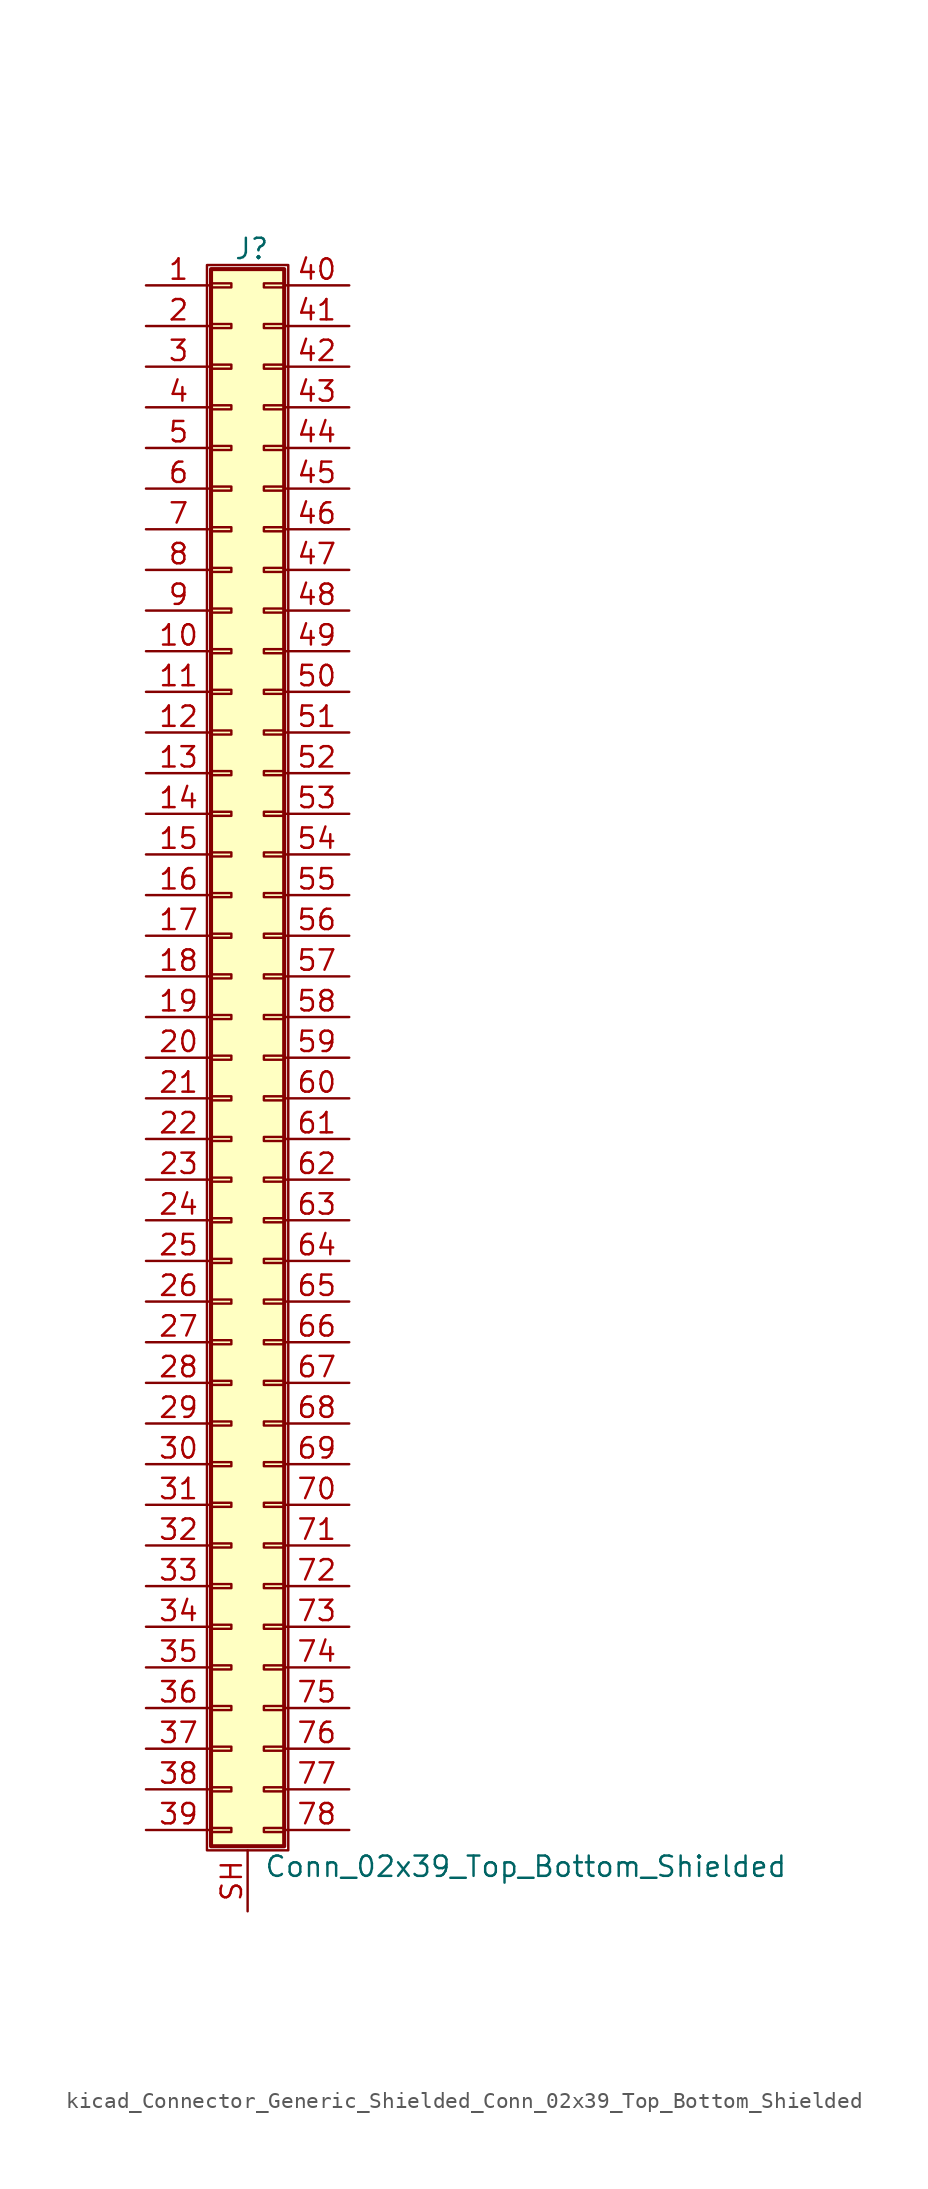
<source format=kicad_sym>
(kicad_symbol_lib
  (version 20220914)
  (generator kicad_symbol_editor)
  (symbol "kicad_Connector_Generic_Shielded_Conn_02x39_Top_Bottom_Shielded"
    (pin_names
      (offset 1.016) hide)
    (property "Reference" "J"
      (at 1.524 50.546 0)
      (effects (font (size 1.27 1.27))))
    (property "Value" "Conn_02x39_Top_Bottom_Shielded"
      (at 2.286 -50.546 0)
      (effects (font (size 1.27 1.27)) (justify left)))
    (symbol "kicad_Connector_Generic_Shielded_Conn_02x39_Top_Bottom_Shielded_1_1"
      (rectangle (start -1.27 49.53) (end 3.81 -49.53) (stroke (width 0.152) (type default)) (fill (type none)))
      (rectangle (start -1.016 -48.133) (end 0.254 -48.387) (stroke (width 0.152) (type default)) (fill (type none)))
      (rectangle (start -1.016 -45.593) (end 0.254 -45.847) (stroke (width 0.152) (type default)) (fill (type none)))
      (rectangle (start -1.016 -43.053) (end 0.254 -43.307) (stroke (width 0.152) (type default)) (fill (type none)))
      (rectangle (start -1.016 -40.513) (end 0.254 -40.767) (stroke (width 0.152) (type default)) (fill (type none)))
      (rectangle (start -1.016 -37.973) (end 0.254 -38.227) (stroke (width 0.152) (type default)) (fill (type none)))
      (rectangle (start -1.016 -35.433) (end 0.254 -35.687) (stroke (width 0.152) (type default)) (fill (type none)))
      (rectangle (start -1.016 -32.893) (end 0.254 -33.147) (stroke (width 0.152) (type default)) (fill (type none)))
      (rectangle (start -1.016 -30.353) (end 0.254 -30.607) (stroke (width 0.152) (type default)) (fill (type none)))
      (rectangle (start -1.016 -27.813) (end 0.254 -28.067) (stroke (width 0.152) (type default)) (fill (type none)))
      (rectangle (start -1.016 -25.273) (end 0.254 -25.527) (stroke (width 0.152) (type default)) (fill (type none)))
      (rectangle (start -1.016 -22.733) (end 0.254 -22.987) (stroke (width 0.152) (type default)) (fill (type none)))
      (rectangle (start -1.016 -20.193) (end 0.254 -20.447) (stroke (width 0.152) (type default)) (fill (type none)))
      (rectangle (start -1.016 -17.653) (end 0.254 -17.907) (stroke (width 0.152) (type default)) (fill (type none)))
      (rectangle (start -1.016 -15.113) (end 0.254 -15.367) (stroke (width 0.152) (type default)) (fill (type none)))
      (rectangle (start -1.016 -12.573) (end 0.254 -12.827) (stroke (width 0.152) (type default)) (fill (type none)))
      (rectangle (start -1.016 -10.033) (end 0.254 -10.287) (stroke (width 0.152) (type default)) (fill (type none)))
      (rectangle (start -1.016 -7.493) (end 0.254 -7.747) (stroke (width 0.152) (type default)) (fill (type none)))
      (rectangle (start -1.016 -4.953) (end 0.254 -5.207) (stroke (width 0.152) (type default)) (fill (type none)))
      (rectangle (start -1.016 -2.413) (end 0.254 -2.667) (stroke (width 0.152) (type default)) (fill (type none)))
      (rectangle (start -1.016 0.127) (end 0.254 -0.127) (stroke (width 0.152) (type default)) (fill (type none)))
      (rectangle (start -1.016 2.667) (end 0.254 2.413) (stroke (width 0.152) (type default)) (fill (type none)))
      (rectangle (start -1.016 5.207) (end 0.254 4.953) (stroke (width 0.152) (type default)) (fill (type none)))
      (rectangle (start -1.016 7.747) (end 0.254 7.493) (stroke (width 0.152) (type default)) (fill (type none)))
      (rectangle (start -1.016 10.287) (end 0.254 10.033) (stroke (width 0.152) (type default)) (fill (type none)))
      (rectangle (start -1.016 12.827) (end 0.254 12.573) (stroke (width 0.152) (type default)) (fill (type none)))
      (rectangle (start -1.016 15.367) (end 0.254 15.113) (stroke (width 0.152) (type default)) (fill (type none)))
      (rectangle (start -1.016 17.907) (end 0.254 17.653) (stroke (width 0.152) (type default)) (fill (type none)))
      (rectangle (start -1.016 20.447) (end 0.254 20.193) (stroke (width 0.152) (type default)) (fill (type none)))
      (rectangle (start -1.016 22.987) (end 0.254 22.733) (stroke (width 0.152) (type default)) (fill (type none)))
      (rectangle (start -1.016 25.527) (end 0.254 25.273) (stroke (width 0.152) (type default)) (fill (type none)))
      (rectangle (start -1.016 28.067) (end 0.254 27.813) (stroke (width 0.152) (type default)) (fill (type none)))
      (rectangle (start -1.016 30.607) (end 0.254 30.353) (stroke (width 0.152) (type default)) (fill (type none)))
      (rectangle (start -1.016 33.147) (end 0.254 32.893) (stroke (width 0.152) (type default)) (fill (type none)))
      (rectangle (start -1.016 35.687) (end 0.254 35.433) (stroke (width 0.152) (type default)) (fill (type none)))
      (rectangle (start -1.016 38.227) (end 0.254 37.973) (stroke (width 0.152) (type default)) (fill (type none)))
      (rectangle (start -1.016 40.767) (end 0.254 40.513) (stroke (width 0.152) (type default)) (fill (type none)))
      (rectangle (start -1.016 43.307) (end 0.254 43.053) (stroke (width 0.152) (type default)) (fill (type none)))
      (rectangle (start -1.016 45.847) (end 0.254 45.593) (stroke (width 0.152) (type default)) (fill (type none)))
      (rectangle (start -1.016 48.387) (end 0.254 48.133) (stroke (width 0.152) (type default)) (fill (type none)))
      (rectangle (start -1.016 49.276) (end 3.556 -49.276) (stroke (width 0.254) (type default)) (fill (type background)))
      (rectangle (start 3.556 -48.133) (end 2.286 -48.387) (stroke (width 0.152) (type default)) (fill (type none)))
      (rectangle (start 3.556 -45.593) (end 2.286 -45.847) (stroke (width 0.152) (type default)) (fill (type none)))
      (rectangle (start 3.556 -43.053) (end 2.286 -43.307) (stroke (width 0.152) (type default)) (fill (type none)))
      (rectangle (start 3.556 -40.513) (end 2.286 -40.767) (stroke (width 0.152) (type default)) (fill (type none)))
      (rectangle (start 3.556 -37.973) (end 2.286 -38.227) (stroke (width 0.152) (type default)) (fill (type none)))
      (rectangle (start 3.556 -35.433) (end 2.286 -35.687) (stroke (width 0.152) (type default)) (fill (type none)))
      (rectangle (start 3.556 -32.893) (end 2.286 -33.147) (stroke (width 0.152) (type default)) (fill (type none)))
      (rectangle (start 3.556 -30.353) (end 2.286 -30.607) (stroke (width 0.152) (type default)) (fill (type none)))
      (rectangle (start 3.556 -27.813) (end 2.286 -28.067) (stroke (width 0.152) (type default)) (fill (type none)))
      (rectangle (start 3.556 -25.273) (end 2.286 -25.527) (stroke (width 0.152) (type default)) (fill (type none)))
      (rectangle (start 3.556 -22.733) (end 2.286 -22.987) (stroke (width 0.152) (type default)) (fill (type none)))
      (rectangle (start 3.556 -20.193) (end 2.286 -20.447) (stroke (width 0.152) (type default)) (fill (type none)))
      (rectangle (start 3.556 -17.653) (end 2.286 -17.907) (stroke (width 0.152) (type default)) (fill (type none)))
      (rectangle (start 3.556 -15.113) (end 2.286 -15.367) (stroke (width 0.152) (type default)) (fill (type none)))
      (rectangle (start 3.556 -12.573) (end 2.286 -12.827) (stroke (width 0.152) (type default)) (fill (type none)))
      (rectangle (start 3.556 -10.033) (end 2.286 -10.287) (stroke (width 0.152) (type default)) (fill (type none)))
      (rectangle (start 3.556 -7.493) (end 2.286 -7.747) (stroke (width 0.152) (type default)) (fill (type none)))
      (rectangle (start 3.556 -4.953) (end 2.286 -5.207) (stroke (width 0.152) (type default)) (fill (type none)))
      (rectangle (start 3.556 -2.413) (end 2.286 -2.667) (stroke (width 0.152) (type default)) (fill (type none)))
      (rectangle (start 3.556 0.127) (end 2.286 -0.127) (stroke (width 0.152) (type default)) (fill (type none)))
      (rectangle (start 3.556 2.667) (end 2.286 2.413) (stroke (width 0.152) (type default)) (fill (type none)))
      (rectangle (start 3.556 5.207) (end 2.286 4.953) (stroke (width 0.152) (type default)) (fill (type none)))
      (rectangle (start 3.556 7.747) (end 2.286 7.493) (stroke (width 0.152) (type default)) (fill (type none)))
      (rectangle (start 3.556 10.287) (end 2.286 10.033) (stroke (width 0.152) (type default)) (fill (type none)))
      (rectangle (start 3.556 12.827) (end 2.286 12.573) (stroke (width 0.152) (type default)) (fill (type none)))
      (rectangle (start 3.556 15.367) (end 2.286 15.113) (stroke (width 0.152) (type default)) (fill (type none)))
      (rectangle (start 3.556 17.907) (end 2.286 17.653) (stroke (width 0.152) (type default)) (fill (type none)))
      (rectangle (start 3.556 20.447) (end 2.286 20.193) (stroke (width 0.152) (type default)) (fill (type none)))
      (rectangle (start 3.556 22.987) (end 2.286 22.733) (stroke (width 0.152) (type default)) (fill (type none)))
      (rectangle (start 3.556 25.527) (end 2.286 25.273) (stroke (width 0.152) (type default)) (fill (type none)))
      (rectangle (start 3.556 28.067) (end 2.286 27.813) (stroke (width 0.152) (type default)) (fill (type none)))
      (rectangle (start 3.556 30.607) (end 2.286 30.353) (stroke (width 0.152) (type default)) (fill (type none)))
      (rectangle (start 3.556 33.147) (end 2.286 32.893) (stroke (width 0.152) (type default)) (fill (type none)))
      (rectangle (start 3.556 35.687) (end 2.286 35.433) (stroke (width 0.152) (type default)) (fill (type none)))
      (rectangle (start 3.556 38.227) (end 2.286 37.973) (stroke (width 0.152) (type default)) (fill (type none)))
      (rectangle (start 3.556 40.767) (end 2.286 40.513) (stroke (width 0.152) (type default)) (fill (type none)))
      (rectangle (start 3.556 43.307) (end 2.286 43.053) (stroke (width 0.152) (type default)) (fill (type none)))
      (rectangle (start 3.556 45.847) (end 2.286 45.593) (stroke (width 0.152) (type default)) (fill (type none)))
      (rectangle (start 3.556 48.387) (end 2.286 48.133) (stroke (width 0.152) (type default)) (fill (type none)))
      (pin passive line (at -5.08 48.26 0) (length 4.064) (name "Pin_1" (effects (font (size 1.27 1.27)))) (number "1" (effects (font (size 1.27 1.27)))))
      (pin passive line (at -5.08 25.4 0) (length 4.064) (name "Pin_10" (effects (font (size 1.27 1.27)))) (number "10" (effects (font (size 1.27 1.27)))))
      (pin passive line (at -5.08 22.86 0) (length 4.064) (name "Pin_11" (effects (font (size 1.27 1.27)))) (number "11" (effects (font (size 1.27 1.27)))))
      (pin passive line (at -5.08 20.32 0) (length 4.064) (name "Pin_12" (effects (font (size 1.27 1.27)))) (number "12" (effects (font (size 1.27 1.27)))))
      (pin passive line (at -5.08 17.78 0) (length 4.064) (name "Pin_13" (effects (font (size 1.27 1.27)))) (number "13" (effects (font (size 1.27 1.27)))))
      (pin passive line (at -5.08 15.24 0) (length 4.064) (name "Pin_14" (effects (font (size 1.27 1.27)))) (number "14" (effects (font (size 1.27 1.27)))))
      (pin passive line (at -5.08 12.7 0) (length 4.064) (name "Pin_15" (effects (font (size 1.27 1.27)))) (number "15" (effects (font (size 1.27 1.27)))))
      (pin passive line (at -5.08 10.16 0) (length 4.064) (name "Pin_16" (effects (font (size 1.27 1.27)))) (number "16" (effects (font (size 1.27 1.27)))))
      (pin passive line (at -5.08 7.62 0) (length 4.064) (name "Pin_17" (effects (font (size 1.27 1.27)))) (number "17" (effects (font (size 1.27 1.27)))))
      (pin passive line (at -5.08 5.08 0) (length 4.064) (name "Pin_18" (effects (font (size 1.27 1.27)))) (number "18" (effects (font (size 1.27 1.27)))))
      (pin passive line (at -5.08 2.54 0) (length 4.064) (name "Pin_19" (effects (font (size 1.27 1.27)))) (number "19" (effects (font (size 1.27 1.27)))))
      (pin passive line (at -5.08 45.72 0) (length 4.064) (name "Pin_2" (effects (font (size 1.27 1.27)))) (number "2" (effects (font (size 1.27 1.27)))))
      (pin passive line (at -5.08 0 0) (length 4.064) (name "Pin_20" (effects (font (size 1.27 1.27)))) (number "20" (effects (font (size 1.27 1.27)))))
      (pin passive line (at -5.08 -2.54 0) (length 4.064) (name "Pin_21" (effects (font (size 1.27 1.27)))) (number "21" (effects (font (size 1.27 1.27)))))
      (pin passive line (at -5.08 -5.08 0) (length 4.064) (name "Pin_22" (effects (font (size 1.27 1.27)))) (number "22" (effects (font (size 1.27 1.27)))))
      (pin passive line (at -5.08 -7.62 0) (length 4.064) (name "Pin_23" (effects (font (size 1.27 1.27)))) (number "23" (effects (font (size 1.27 1.27)))))
      (pin passive line (at -5.08 -10.16 0) (length 4.064) (name "Pin_24" (effects (font (size 1.27 1.27)))) (number "24" (effects (font (size 1.27 1.27)))))
      (pin passive line (at -5.08 -12.7 0) (length 4.064) (name "Pin_25" (effects (font (size 1.27 1.27)))) (number "25" (effects (font (size 1.27 1.27)))))
      (pin passive line (at -5.08 -15.24 0) (length 4.064) (name "Pin_26" (effects (font (size 1.27 1.27)))) (number "26" (effects (font (size 1.27 1.27)))))
      (pin passive line (at -5.08 -17.78 0) (length 4.064) (name "Pin_27" (effects (font (size 1.27 1.27)))) (number "27" (effects (font (size 1.27 1.27)))))
      (pin passive line (at -5.08 -20.32 0) (length 4.064) (name "Pin_28" (effects (font (size 1.27 1.27)))) (number "28" (effects (font (size 1.27 1.27)))))
      (pin passive line (at -5.08 -22.86 0) (length 4.064) (name "Pin_29" (effects (font (size 1.27 1.27)))) (number "29" (effects (font (size 1.27 1.27)))))
      (pin passive line (at -5.08 43.18 0) (length 4.064) (name "Pin_3" (effects (font (size 1.27 1.27)))) (number "3" (effects (font (size 1.27 1.27)))))
      (pin passive line (at -5.08 -25.4 0) (length 4.064) (name "Pin_30" (effects (font (size 1.27 1.27)))) (number "30" (effects (font (size 1.27 1.27)))))
      (pin passive line (at -5.08 -27.94 0) (length 4.064) (name "Pin_31" (effects (font (size 1.27 1.27)))) (number "31" (effects (font (size 1.27 1.27)))))
      (pin passive line (at -5.08 -30.48 0) (length 4.064) (name "Pin_32" (effects (font (size 1.27 1.27)))) (number "32" (effects (font (size 1.27 1.27)))))
      (pin passive line (at -5.08 -33.02 0) (length 4.064) (name "Pin_33" (effects (font (size 1.27 1.27)))) (number "33" (effects (font (size 1.27 1.27)))))
      (pin passive line (at -5.08 -35.56 0) (length 4.064) (name "Pin_34" (effects (font (size 1.27 1.27)))) (number "34" (effects (font (size 1.27 1.27)))))
      (pin passive line (at -5.08 -38.1 0) (length 4.064) (name "Pin_35" (effects (font (size 1.27 1.27)))) (number "35" (effects (font (size 1.27 1.27)))))
      (pin passive line (at -5.08 -40.64 0) (length 4.064) (name "Pin_36" (effects (font (size 1.27 1.27)))) (number "36" (effects (font (size 1.27 1.27)))))
      (pin passive line (at -5.08 -43.18 0) (length 4.064) (name "Pin_37" (effects (font (size 1.27 1.27)))) (number "37" (effects (font (size 1.27 1.27)))))
      (pin passive line (at -5.08 -45.72 0) (length 4.064) (name "Pin_38" (effects (font (size 1.27 1.27)))) (number "38" (effects (font (size 1.27 1.27)))))
      (pin passive line (at -5.08 -48.26 0) (length 4.064) (name "Pin_39" (effects (font (size 1.27 1.27)))) (number "39" (effects (font (size 1.27 1.27)))))
      (pin passive line (at -5.08 40.64 0) (length 4.064) (name "Pin_4" (effects (font (size 1.27 1.27)))) (number "4" (effects (font (size 1.27 1.27)))))
      (pin passive line (at 7.62 48.26 180) (length 4.064) (name "Pin_40" (effects (font (size 1.27 1.27)))) (number "40" (effects (font (size 1.27 1.27)))))
      (pin passive line (at 7.62 45.72 180) (length 4.064) (name "Pin_41" (effects (font (size 1.27 1.27)))) (number "41" (effects (font (size 1.27 1.27)))))
      (pin passive line (at 7.62 43.18 180) (length 4.064) (name "Pin_42" (effects (font (size 1.27 1.27)))) (number "42" (effects (font (size 1.27 1.27)))))
      (pin passive line (at 7.62 40.64 180) (length 4.064) (name "Pin_43" (effects (font (size 1.27 1.27)))) (number "43" (effects (font (size 1.27 1.27)))))
      (pin passive line (at 7.62 38.1 180) (length 4.064) (name "Pin_44" (effects (font (size 1.27 1.27)))) (number "44" (effects (font (size 1.27 1.27)))))
      (pin passive line (at 7.62 35.56 180) (length 4.064) (name "Pin_45" (effects (font (size 1.27 1.27)))) (number "45" (effects (font (size 1.27 1.27)))))
      (pin passive line (at 7.62 33.02 180) (length 4.064) (name "Pin_46" (effects (font (size 1.27 1.27)))) (number "46" (effects (font (size 1.27 1.27)))))
      (pin passive line (at 7.62 30.48 180) (length 4.064) (name "Pin_47" (effects (font (size 1.27 1.27)))) (number "47" (effects (font (size 1.27 1.27)))))
      (pin passive line (at 7.62 27.94 180) (length 4.064) (name "Pin_48" (effects (font (size 1.27 1.27)))) (number "48" (effects (font (size 1.27 1.27)))))
      (pin passive line (at 7.62 25.4 180) (length 4.064) (name "Pin_49" (effects (font (size 1.27 1.27)))) (number "49" (effects (font (size 1.27 1.27)))))
      (pin passive line (at -5.08 38.1 0) (length 4.064) (name "Pin_5" (effects (font (size 1.27 1.27)))) (number "5" (effects (font (size 1.27 1.27)))))
      (pin passive line (at 7.62 22.86 180) (length 4.064) (name "Pin_50" (effects (font (size 1.27 1.27)))) (number "50" (effects (font (size 1.27 1.27)))))
      (pin passive line (at 7.62 20.32 180) (length 4.064) (name "Pin_51" (effects (font (size 1.27 1.27)))) (number "51" (effects (font (size 1.27 1.27)))))
      (pin passive line (at 7.62 17.78 180) (length 4.064) (name "Pin_52" (effects (font (size 1.27 1.27)))) (number "52" (effects (font (size 1.27 1.27)))))
      (pin passive line (at 7.62 15.24 180) (length 4.064) (name "Pin_53" (effects (font (size 1.27 1.27)))) (number "53" (effects (font (size 1.27 1.27)))))
      (pin passive line (at 7.62 12.7 180) (length 4.064) (name "Pin_54" (effects (font (size 1.27 1.27)))) (number "54" (effects (font (size 1.27 1.27)))))
      (pin passive line (at 7.62 10.16 180) (length 4.064) (name "Pin_55" (effects (font (size 1.27 1.27)))) (number "55" (effects (font (size 1.27 1.27)))))
      (pin passive line (at 7.62 7.62 180) (length 4.064) (name "Pin_56" (effects (font (size 1.27 1.27)))) (number "56" (effects (font (size 1.27 1.27)))))
      (pin passive line (at 7.62 5.08 180) (length 4.064) (name "Pin_57" (effects (font (size 1.27 1.27)))) (number "57" (effects (font (size 1.27 1.27)))))
      (pin passive line (at 7.62 2.54 180) (length 4.064) (name "Pin_58" (effects (font (size 1.27 1.27)))) (number "58" (effects (font (size 1.27 1.27)))))
      (pin passive line (at 7.62 0 180) (length 4.064) (name "Pin_59" (effects (font (size 1.27 1.27)))) (number "59" (effects (font (size 1.27 1.27)))))
      (pin passive line (at -5.08 35.56 0) (length 4.064) (name "Pin_6" (effects (font (size 1.27 1.27)))) (number "6" (effects (font (size 1.27 1.27)))))
      (pin passive line (at 7.62 -2.54 180) (length 4.064) (name "Pin_60" (effects (font (size 1.27 1.27)))) (number "60" (effects (font (size 1.27 1.27)))))
      (pin passive line (at 7.62 -5.08 180) (length 4.064) (name "Pin_61" (effects (font (size 1.27 1.27)))) (number "61" (effects (font (size 1.27 1.27)))))
      (pin passive line (at 7.62 -7.62 180) (length 4.064) (name "Pin_62" (effects (font (size 1.27 1.27)))) (number "62" (effects (font (size 1.27 1.27)))))
      (pin passive line (at 7.62 -10.16 180) (length 4.064) (name "Pin_63" (effects (font (size 1.27 1.27)))) (number "63" (effects (font (size 1.27 1.27)))))
      (pin passive line (at 7.62 -12.7 180) (length 4.064) (name "Pin_64" (effects (font (size 1.27 1.27)))) (number "64" (effects (font (size 1.27 1.27)))))
      (pin passive line (at 7.62 -15.24 180) (length 4.064) (name "Pin_65" (effects (font (size 1.27 1.27)))) (number "65" (effects (font (size 1.27 1.27)))))
      (pin passive line (at 7.62 -17.78 180) (length 4.064) (name "Pin_66" (effects (font (size 1.27 1.27)))) (number "66" (effects (font (size 1.27 1.27)))))
      (pin passive line (at 7.62 -20.32 180) (length 4.064) (name "Pin_67" (effects (font (size 1.27 1.27)))) (number "67" (effects (font (size 1.27 1.27)))))
      (pin passive line (at 7.62 -22.86 180) (length 4.064) (name "Pin_68" (effects (font (size 1.27 1.27)))) (number "68" (effects (font (size 1.27 1.27)))))
      (pin passive line (at 7.62 -25.4 180) (length 4.064) (name "Pin_69" (effects (font (size 1.27 1.27)))) (number "69" (effects (font (size 1.27 1.27)))))
      (pin passive line (at -5.08 33.02 0) (length 4.064) (name "Pin_7" (effects (font (size 1.27 1.27)))) (number "7" (effects (font (size 1.27 1.27)))))
      (pin passive line (at 7.62 -27.94 180) (length 4.064) (name "Pin_70" (effects (font (size 1.27 1.27)))) (number "70" (effects (font (size 1.27 1.27)))))
      (pin passive line (at 7.62 -30.48 180) (length 4.064) (name "Pin_71" (effects (font (size 1.27 1.27)))) (number "71" (effects (font (size 1.27 1.27)))))
      (pin passive line (at 7.62 -33.02 180) (length 4.064) (name "Pin_72" (effects (font (size 1.27 1.27)))) (number "72" (effects (font (size 1.27 1.27)))))
      (pin passive line (at 7.62 -35.56 180) (length 4.064) (name "Pin_73" (effects (font (size 1.27 1.27)))) (number "73" (effects (font (size 1.27 1.27)))))
      (pin passive line (at 7.62 -38.1 180) (length 4.064) (name "Pin_74" (effects (font (size 1.27 1.27)))) (number "74" (effects (font (size 1.27 1.27)))))
      (pin passive line (at 7.62 -40.64 180) (length 4.064) (name "Pin_75" (effects (font (size 1.27 1.27)))) (number "75" (effects (font (size 1.27 1.27)))))
      (pin passive line (at 7.62 -43.18 180) (length 4.064) (name "Pin_76" (effects (font (size 1.27 1.27)))) (number "76" (effects (font (size 1.27 1.27)))))
      (pin passive line (at 7.62 -45.72 180) (length 4.064) (name "Pin_77" (effects (font (size 1.27 1.27)))) (number "77" (effects (font (size 1.27 1.27)))))
      (pin passive line (at 7.62 -48.26 180) (length 4.064) (name "Pin_78" (effects (font (size 1.27 1.27)))) (number "78" (effects (font (size 1.27 1.27)))))
      (pin passive line (at -5.08 30.48 0) (length 4.064) (name "Pin_8" (effects (font (size 1.27 1.27)))) (number "8" (effects (font (size 1.27 1.27)))))
      (pin passive line (at -5.08 27.94 0) (length 4.064) (name "Pin_9" (effects (font (size 1.27 1.27)))) (number "9" (effects (font (size 1.27 1.27)))))
      (pin passive line (at 1.27 -53.34 90) (length 3.81) (name "Shield" (effects (font (size 1.27 1.27)))) (number "SH" (effects (font (size 1.27 1.27))))))))
</source>
